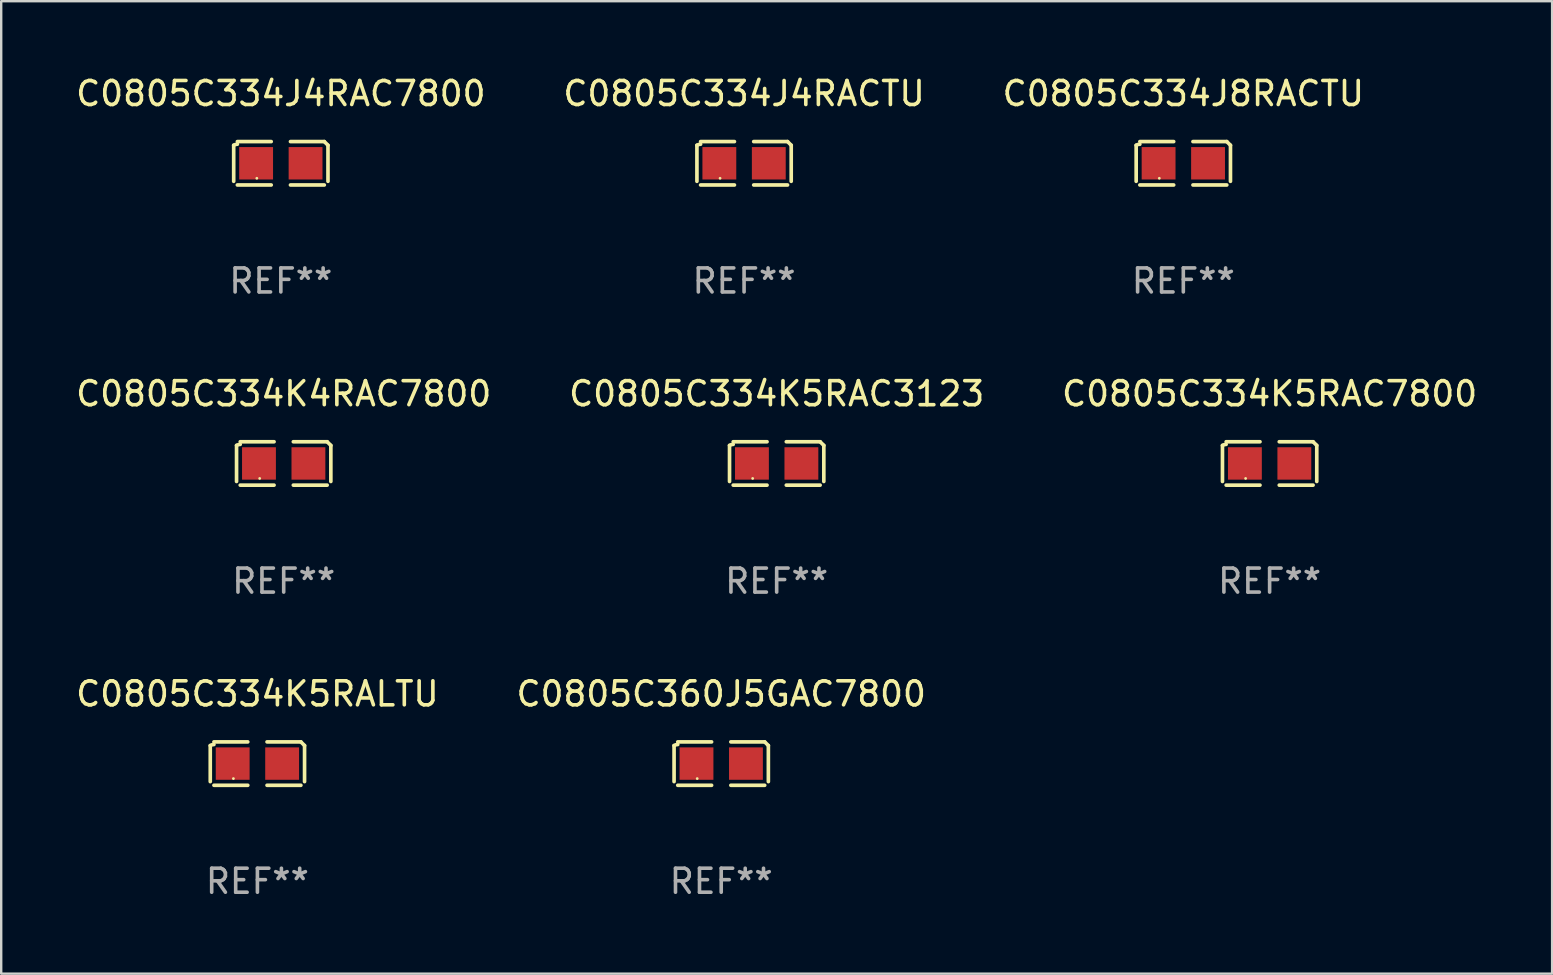
<source format=kicad_pcb>
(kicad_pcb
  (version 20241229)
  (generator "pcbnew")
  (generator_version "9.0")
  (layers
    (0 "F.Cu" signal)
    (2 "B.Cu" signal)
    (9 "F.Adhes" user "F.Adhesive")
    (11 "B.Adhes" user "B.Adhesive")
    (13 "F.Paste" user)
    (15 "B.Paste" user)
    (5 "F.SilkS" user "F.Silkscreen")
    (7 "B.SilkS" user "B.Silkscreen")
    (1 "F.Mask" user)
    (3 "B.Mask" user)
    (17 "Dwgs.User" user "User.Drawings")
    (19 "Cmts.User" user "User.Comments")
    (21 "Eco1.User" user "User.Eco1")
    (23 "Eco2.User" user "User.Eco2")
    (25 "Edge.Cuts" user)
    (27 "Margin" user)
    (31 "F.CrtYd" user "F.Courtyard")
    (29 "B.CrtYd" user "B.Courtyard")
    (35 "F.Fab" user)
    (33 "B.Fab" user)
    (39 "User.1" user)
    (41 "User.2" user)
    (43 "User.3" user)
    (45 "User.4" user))
  (footprint "C0805C360J5GAC7800"
    (layer "F.Cu")
    (at 26.994 28.759)
    (property "Reference" "C0805C360J5GAC7800" (at 0 -2.904 0) (layer "F.SilkS") (effects (font (size 1 1) (thickness 0.15))))
    (attr through_hole)
    (fp_line (start -1.964 0.751) (end -1.964 -0.751) (stroke (width 0.152) (type solid)) (layer "F.SilkS"))
    (fp_line (start -1.811 -0.904) (end -0.401 -0.904) (stroke (width 0.152) (type solid)) (layer "F.SilkS"))
    (fp_line (start -0.401 0.904) (end -1.811 0.904) (stroke (width 0.152) (type solid)) (layer "F.SilkS"))
    (fp_line (start 0.401 0.904) (end 1.811 0.904) (stroke (width 0.152) (type solid)) (layer "F.SilkS"))
    (fp_line (start 1.811 -0.904) (end 0.401 -0.904) (stroke (width 0.152) (type solid)) (layer "F.SilkS"))
    (fp_line (start 1.964 0.751) (end 1.964 -0.751) (stroke (width 0.152) (type solid)) (layer "F.SilkS"))
    (fp_arc (start -1.963602 -0.751207) (mid -1.890354 -0.783131) (end -1.811201 -0.794044) (stroke (width 0.1524) (type solid)) (layer "F.SilkS"))
    (fp_arc (start 1.811202 -0.903607) (mid 1.887413 -0.827418) (end 1.963602 -0.751207) (stroke (width 0.1524) (type solid)) (layer "F.SilkS"))
    (fp_circle (center -1 0.625) (end -0.97 0.625) (stroke (width 0.06) (type solid)) (fill no) (layer "F.SilkS"))
    (fp_text user "REF**" (at 0 4.904 0) (layer "F.Fab") (effects (font (size 1 1) (thickness 0.15))))
    (pad "1" smd rect (at -1.03 0) (size 1.41 1.35) (layers "F.Cu" "F.Mask" "F.Paste"))
    (pad "2" smd rect (at 1.03 0) (size 1.41 1.35) (layers "F.Cu" "F.Mask" "F.Paste")))
  (footprint "C0805C334J4RACTU"
    (layer "F.Cu")
    (at 27.946 3.752)
    (property "Reference" "C0805C334J4RACTU" (at 0 -2.904 0) (layer "F.SilkS") (effects (font (size 1 1) (thickness 0.15))))
    (attr through_hole)
    (fp_line (start -1.964 0.751) (end -1.964 -0.751) (stroke (width 0.152) (type solid)) (layer "F.SilkS"))
    (fp_line (start -1.811 -0.904) (end -0.401 -0.904) (stroke (width 0.152) (type solid)) (layer "F.SilkS"))
    (fp_line (start -0.401 0.904) (end -1.811 0.904) (stroke (width 0.152) (type solid)) (layer "F.SilkS"))
    (fp_line (start 0.401 0.904) (end 1.811 0.904) (stroke (width 0.152) (type solid)) (layer "F.SilkS"))
    (fp_line (start 1.811 -0.904) (end 0.401 -0.904) (stroke (width 0.152) (type solid)) (layer "F.SilkS"))
    (fp_line (start 1.964 0.751) (end 1.964 -0.751) (stroke (width 0.152) (type solid)) (layer "F.SilkS"))
    (fp_arc (start -1.963602 -0.751207) (mid -1.890354 -0.783131) (end -1.811201 -0.794044) (stroke (width 0.1524) (type solid)) (layer "F.SilkS"))
    (fp_arc (start 1.811202 -0.903607) (mid 1.887413 -0.827418) (end 1.963602 -0.751207) (stroke (width 0.1524) (type solid)) (layer "F.SilkS"))
    (fp_circle (center -1 0.625) (end -0.97 0.625) (stroke (width 0.06) (type solid)) (fill no) (layer "F.SilkS"))
    (fp_text user "REF**" (at 0 4.904 0) (layer "F.Fab") (effects (font (size 1 1) (thickness 0.15))))
    (pad "1" smd rect (at -1.03 0) (size 1.41 1.35) (layers "F.Cu" "F.Mask" "F.Paste"))
    (pad "2" smd rect (at 1.03 0) (size 1.41 1.35) (layers "F.Cu" "F.Mask" "F.Paste")))
  (footprint "C0805C334J8RACTU"
    (layer "F.Cu")
    (at 46.244 3.752)
    (property "Reference" "C0805C334J8RACTU" (at 0 -2.904 0) (layer "F.SilkS") (effects (font (size 1 1) (thickness 0.15))))
    (attr through_hole)
    (fp_line (start -1.964 0.751) (end -1.964 -0.751) (stroke (width 0.152) (type solid)) (layer "F.SilkS"))
    (fp_line (start -1.811 -0.904) (end -0.401 -0.904) (stroke (width 0.152) (type solid)) (layer "F.SilkS"))
    (fp_line (start -0.401 0.904) (end -1.811 0.904) (stroke (width 0.152) (type solid)) (layer "F.SilkS"))
    (fp_line (start 0.401 0.904) (end 1.811 0.904) (stroke (width 0.152) (type solid)) (layer "F.SilkS"))
    (fp_line (start 1.811 -0.904) (end 0.401 -0.904) (stroke (width 0.152) (type solid)) (layer "F.SilkS"))
    (fp_line (start 1.964 0.751) (end 1.964 -0.751) (stroke (width 0.152) (type solid)) (layer "F.SilkS"))
    (fp_arc (start -1.963602 -0.751207) (mid -1.890354 -0.783131) (end -1.811201 -0.794044) (stroke (width 0.1524) (type solid)) (layer "F.SilkS"))
    (fp_arc (start 1.811202 -0.903607) (mid 1.887413 -0.827418) (end 1.963602 -0.751207) (stroke (width 0.1524) (type solid)) (layer "F.SilkS"))
    (fp_circle (center -1 0.625) (end -0.97 0.625) (stroke (width 0.06) (type solid)) (fill no) (layer "F.SilkS"))
    (fp_text user "REF**" (at 0 4.904 0) (layer "F.Fab") (effects (font (size 1 1) (thickness 0.15))))
    (pad "1" smd rect (at -1.03 0) (size 1.41 1.35) (layers "F.Cu" "F.Mask" "F.Paste"))
    (pad "2" smd rect (at 1.03 0) (size 1.41 1.35) (layers "F.Cu" "F.Mask" "F.Paste")))
  (footprint "C0805C334J4RAC7800"
    (layer "F.Cu")
    (at 8.649 3.752)
    (property "Reference" "C0805C334J4RAC7800" (at 0 -2.904 0) (layer "F.SilkS") (effects (font (size 1 1) (thickness 0.15))))
    (attr through_hole)
    (fp_line (start -1.964 0.751) (end -1.964 -0.751) (stroke (width 0.152) (type solid)) (layer "F.SilkS"))
    (fp_line (start -1.811 -0.904) (end -0.401 -0.904) (stroke (width 0.152) (type solid)) (layer "F.SilkS"))
    (fp_line (start -0.401 0.904) (end -1.811 0.904) (stroke (width 0.152) (type solid)) (layer "F.SilkS"))
    (fp_line (start 0.401 0.904) (end 1.811 0.904) (stroke (width 0.152) (type solid)) (layer "F.SilkS"))
    (fp_line (start 1.811 -0.904) (end 0.401 -0.904) (stroke (width 0.152) (type solid)) (layer "F.SilkS"))
    (fp_line (start 1.964 0.751) (end 1.964 -0.751) (stroke (width 0.152) (type solid)) (layer "F.SilkS"))
    (fp_arc (start -1.963602 -0.751207) (mid -1.890354 -0.783131) (end -1.811201 -0.794044) (stroke (width 0.1524) (type solid)) (layer "F.SilkS"))
    (fp_arc (start 1.811202 -0.903607) (mid 1.887413 -0.827418) (end 1.963602 -0.751207) (stroke (width 0.1524) (type solid)) (layer "F.SilkS"))
    (fp_circle (center -1 0.625) (end -0.97 0.625) (stroke (width 0.06) (type solid)) (fill no) (layer "F.SilkS"))
    (fp_text user "REF**" (at 0 4.904 0) (layer "F.Fab") (effects (font (size 1 1) (thickness 0.15))))
    (pad "1" smd rect (at -1.03 0) (size 1.41 1.35) (layers "F.Cu" "F.Mask" "F.Paste"))
    (pad "2" smd rect (at 1.03 0) (size 1.41 1.35) (layers "F.Cu" "F.Mask" "F.Paste")))
  (footprint "C0805C334K5RALTU"
    (layer "F.Cu")
    (at 7.673 28.759)
    (property "Reference" "C0805C334K5RALTU" (at 0 -2.904 0) (layer "F.SilkS") (effects (font (size 1 1) (thickness 0.15))))
    (attr through_hole)
    (fp_line (start -1.964 0.751) (end -1.964 -0.751) (stroke (width 0.152) (type solid)) (layer "F.SilkS"))
    (fp_line (start -1.811 -0.904) (end -0.401 -0.904) (stroke (width 0.152) (type solid)) (layer "F.SilkS"))
    (fp_line (start -0.401 0.904) (end -1.811 0.904) (stroke (width 0.152) (type solid)) (layer "F.SilkS"))
    (fp_line (start 0.401 0.904) (end 1.811 0.904) (stroke (width 0.152) (type solid)) (layer "F.SilkS"))
    (fp_line (start 1.811 -0.904) (end 0.401 -0.904) (stroke (width 0.152) (type solid)) (layer "F.SilkS"))
    (fp_line (start 1.964 0.751) (end 1.964 -0.751) (stroke (width 0.152) (type solid)) (layer "F.SilkS"))
    (fp_arc (start -1.963602 -0.751207) (mid -1.890354 -0.783131) (end -1.811201 -0.794044) (stroke (width 0.1524) (type solid)) (layer "F.SilkS"))
    (fp_arc (start 1.811202 -0.903607) (mid 1.887413 -0.827418) (end 1.963602 -0.751207) (stroke (width 0.1524) (type solid)) (layer "F.SilkS"))
    (fp_circle (center -1 0.625) (end -0.97 0.625) (stroke (width 0.06) (type solid)) (fill no) (layer "F.SilkS"))
    (fp_text user "REF**" (at 0 4.904 0) (layer "F.Fab") (effects (font (size 1 1) (thickness 0.15))))
    (pad "1" smd rect (at -1.03 0) (size 1.41 1.35) (layers "F.Cu" "F.Mask" "F.Paste"))
    (pad "2" smd rect (at 1.03 0) (size 1.41 1.35) (layers "F.Cu" "F.Mask" "F.Paste")))
  (footprint "C0805C334K5RAC3123"
    (layer "F.Cu")
    (at 29.304 16.256)
    (property "Reference" "C0805C334K5RAC3123" (at 0 -2.904 0) (layer "F.SilkS") (effects (font (size 1 1) (thickness 0.15))))
    (attr through_hole)
    (fp_line (start -1.964 0.751) (end -1.964 -0.751) (stroke (width 0.152) (type solid)) (layer "F.SilkS"))
    (fp_line (start -1.811 -0.904) (end -0.401 -0.904) (stroke (width 0.152) (type solid)) (layer "F.SilkS"))
    (fp_line (start -0.401 0.904) (end -1.811 0.904) (stroke (width 0.152) (type solid)) (layer "F.SilkS"))
    (fp_line (start 0.401 0.904) (end 1.811 0.904) (stroke (width 0.152) (type solid)) (layer "F.SilkS"))
    (fp_line (start 1.811 -0.904) (end 0.401 -0.904) (stroke (width 0.152) (type solid)) (layer "F.SilkS"))
    (fp_line (start 1.964 0.751) (end 1.964 -0.751) (stroke (width 0.152) (type solid)) (layer "F.SilkS"))
    (fp_arc (start -1.963602 -0.751207) (mid -1.890354 -0.783131) (end -1.811201 -0.794044) (stroke (width 0.1524) (type solid)) (layer "F.SilkS"))
    (fp_arc (start 1.811202 -0.903607) (mid 1.887413 -0.827418) (end 1.963602 -0.751207) (stroke (width 0.1524) (type solid)) (layer "F.SilkS"))
    (fp_circle (center -1 0.625) (end -0.97 0.625) (stroke (width 0.06) (type solid)) (fill no) (layer "F.SilkS"))
    (fp_text user "REF**" (at 0 4.904 0) (layer "F.Fab") (effects (font (size 1 1) (thickness 0.15))))
    (pad "1" smd rect (at -1.03 0) (size 1.41 1.35) (layers "F.Cu" "F.Mask" "F.Paste"))
    (pad "2" smd rect (at 1.03 0) (size 1.41 1.35) (layers "F.Cu" "F.Mask" "F.Paste")))
  (footprint "C0805C334K5RAC7800"
    (layer "F.Cu")
    (at 49.839 16.256)
    (property "Reference" "C0805C334K5RAC7800" (at 0 -2.904 0) (layer "F.SilkS") (effects (font (size 1 1) (thickness 0.15))))
    (attr through_hole)
    (fp_line (start -1.964 0.751) (end -1.964 -0.751) (stroke (width 0.152) (type solid)) (layer "F.SilkS"))
    (fp_line (start -1.811 -0.904) (end -0.401 -0.904) (stroke (width 0.152) (type solid)) (layer "F.SilkS"))
    (fp_line (start -0.401 0.904) (end -1.811 0.904) (stroke (width 0.152) (type solid)) (layer "F.SilkS"))
    (fp_line (start 0.401 0.904) (end 1.811 0.904) (stroke (width 0.152) (type solid)) (layer "F.SilkS"))
    (fp_line (start 1.811 -0.904) (end 0.401 -0.904) (stroke (width 0.152) (type solid)) (layer "F.SilkS"))
    (fp_line (start 1.964 0.751) (end 1.964 -0.751) (stroke (width 0.152) (type solid)) (layer "F.SilkS"))
    (fp_arc (start -1.963602 -0.751207) (mid -1.890354 -0.783131) (end -1.811201 -0.794044) (stroke (width 0.1524) (type solid)) (layer "F.SilkS"))
    (fp_arc (start 1.811202 -0.903607) (mid 1.887413 -0.827418) (end 1.963602 -0.751207) (stroke (width 0.1524) (type solid)) (layer "F.SilkS"))
    (fp_circle (center -1 0.625) (end -0.97 0.625) (stroke (width 0.06) (type solid)) (fill no) (layer "F.SilkS"))
    (fp_text user "REF**" (at 0 4.904 0) (layer "F.Fab") (effects (font (size 1 1) (thickness 0.15))))
    (pad "1" smd rect (at -1.03 0) (size 1.41 1.35) (layers "F.Cu" "F.Mask" "F.Paste"))
    (pad "2" smd rect (at 1.03 0) (size 1.41 1.35) (layers "F.Cu" "F.Mask" "F.Paste")))
  (footprint "C0805C334K4RAC7800"
    (layer "F.Cu")
    (at 8.768 16.256)
    (property "Reference" "C0805C334K4RAC7800" (at 0 -2.904 0) (layer "F.SilkS") (effects (font (size 1 1) (thickness 0.15))))
    (attr through_hole)
    (fp_line (start -1.964 0.751) (end -1.964 -0.751) (stroke (width 0.152) (type solid)) (layer "F.SilkS"))
    (fp_line (start -1.811 -0.904) (end -0.401 -0.904) (stroke (width 0.152) (type solid)) (layer "F.SilkS"))
    (fp_line (start -0.401 0.904) (end -1.811 0.904) (stroke (width 0.152) (type solid)) (layer "F.SilkS"))
    (fp_line (start 0.401 0.904) (end 1.811 0.904) (stroke (width 0.152) (type solid)) (layer "F.SilkS"))
    (fp_line (start 1.811 -0.904) (end 0.401 -0.904) (stroke (width 0.152) (type solid)) (layer "F.SilkS"))
    (fp_line (start 1.964 0.751) (end 1.964 -0.751) (stroke (width 0.152) (type solid)) (layer "F.SilkS"))
    (fp_arc (start -1.963602 -0.751207) (mid -1.890354 -0.783131) (end -1.811201 -0.794044) (stroke (width 0.1524) (type solid)) (layer "F.SilkS"))
    (fp_arc (start 1.811202 -0.903607) (mid 1.887413 -0.827418) (end 1.963602 -0.751207) (stroke (width 0.1524) (type solid)) (layer "F.SilkS"))
    (fp_circle (center -1 0.625) (end -0.97 0.625) (stroke (width 0.06) (type solid)) (fill no) (layer "F.SilkS"))
    (fp_text user "REF**" (at 0 4.904 0) (layer "F.Fab") (effects (font (size 1 1) (thickness 0.15))))
    (pad "1" smd rect (at -1.03 0) (size 1.41 1.35) (layers "F.Cu" "F.Mask" "F.Paste"))
    (pad "2" smd rect (at 1.03 0) (size 1.41 1.35) (layers "F.Cu" "F.Mask" "F.Paste")))
  (gr_rect
    (start -3 -3)
    (end 61.607 37.511)
    (stroke (width 0.1) (type default))
    (fill no)
    (layer "Edge.Cuts")))
</source>
